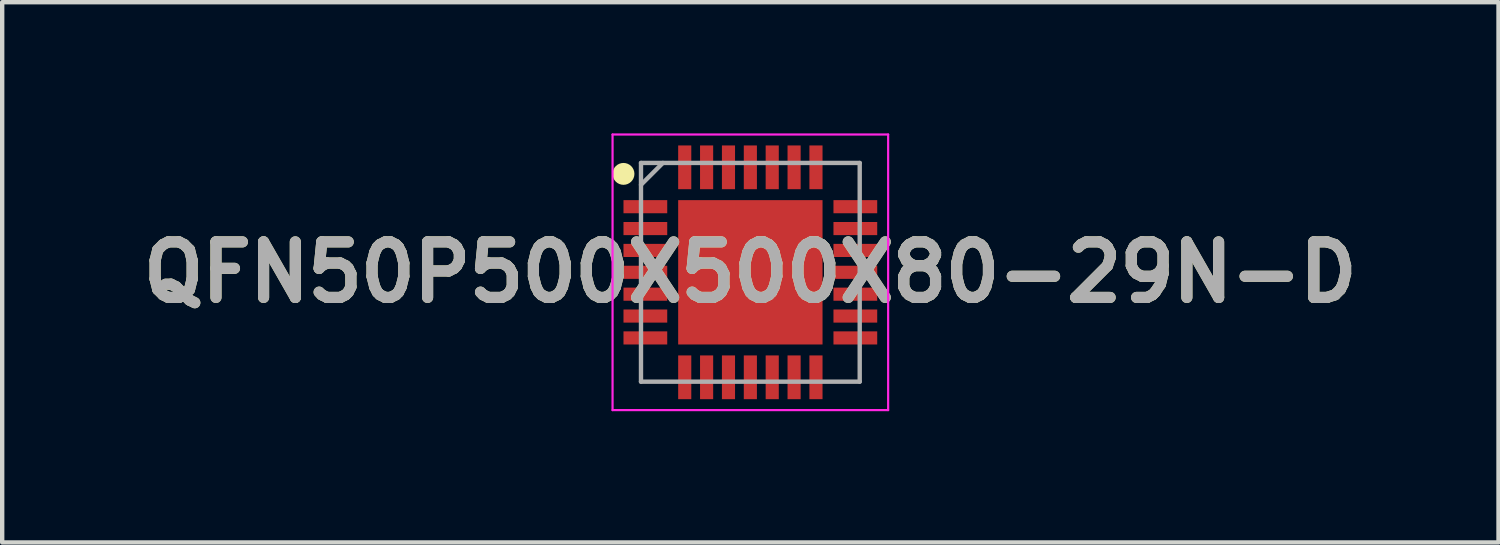
<source format=kicad_pcb>
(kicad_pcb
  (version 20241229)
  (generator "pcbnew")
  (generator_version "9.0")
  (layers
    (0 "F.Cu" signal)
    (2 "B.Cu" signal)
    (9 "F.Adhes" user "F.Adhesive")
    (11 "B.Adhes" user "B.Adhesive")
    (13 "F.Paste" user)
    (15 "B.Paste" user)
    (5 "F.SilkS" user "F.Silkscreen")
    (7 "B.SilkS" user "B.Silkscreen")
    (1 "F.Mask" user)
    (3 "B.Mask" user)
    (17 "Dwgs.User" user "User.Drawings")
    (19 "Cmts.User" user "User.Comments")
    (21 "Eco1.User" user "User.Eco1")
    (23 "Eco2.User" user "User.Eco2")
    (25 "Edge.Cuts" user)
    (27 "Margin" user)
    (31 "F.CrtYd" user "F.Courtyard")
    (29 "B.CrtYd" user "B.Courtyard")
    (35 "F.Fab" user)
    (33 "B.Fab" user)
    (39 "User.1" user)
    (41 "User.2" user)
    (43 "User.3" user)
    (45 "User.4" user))
  (footprint "QFN50P500X500X80-29N-D"
    (layer "F.Cu")
    (at 14.103 3.175)
    (property "Reference" "QFN50P500X500X80-29N-D" (at 0 0 0) (layer "F.SilkS") (effects (font (size 1.27 1.27) (thickness 0.254))))
    (attr smd)
    (fp_circle (center -2.9 -2.25) (end -2.9 -2.125) (stroke (width 0.25) (type solid)) (fill no) (layer "F.SilkS"))
    (fp_line (start -3.15 -3.15) (end 3.15 -3.15) (stroke (width 0.05) (type solid)) (layer "F.CrtYd"))
    (fp_line (start -3.15 3.15) (end -3.15 -3.15) (stroke (width 0.05) (type solid)) (layer "F.CrtYd"))
    (fp_line (start 3.15 -3.15) (end 3.15 3.15) (stroke (width 0.05) (type solid)) (layer "F.CrtYd"))
    (fp_line (start 3.15 3.15) (end -3.15 3.15) (stroke (width 0.05) (type solid)) (layer "F.CrtYd"))
    (fp_line (start -2.5 -2.5) (end 2.5 -2.5) (stroke (width 0.1) (type solid)) (layer "F.Fab"))
    (fp_line (start -2.5 -2) (end -2 -2.5) (stroke (width 0.1) (type solid)) (layer "F.Fab"))
    (fp_line (start -2.5 2.5) (end -2.5 -2.5) (stroke (width 0.1) (type solid)) (layer "F.Fab"))
    (fp_line (start 2.5 -2.5) (end 2.5 2.5) (stroke (width 0.1) (type solid)) (layer "F.Fab"))
    (fp_line (start 2.5 2.5) (end -2.5 2.5) (stroke (width 0.1) (type solid)) (layer "F.Fab"))
    (fp_text user "${REFERENCE}" (at 0 0 0) (layer "F.Fab") (effects (font (size 1.27 1.27) (thickness 0.254))))
    (pad "1" smd rect (at -2.4 -1.5 90) (size 0.3 1) (layers "F.Cu" "F.Mask" "F.Paste"))
    (pad "2" smd rect (at -2.4 -1 90) (size 0.3 1) (layers "F.Cu" "F.Mask" "F.Paste"))
    (pad "3" smd rect (at -2.4 -0.5 90) (size 0.3 1) (layers "F.Cu" "F.Mask" "F.Paste"))
    (pad "4" smd rect (at -2.4 0 90) (size 0.3 1) (layers "F.Cu" "F.Mask" "F.Paste"))
    (pad "5" smd rect (at -2.4 0.5 90) (size 0.3 1) (layers "F.Cu" "F.Mask" "F.Paste"))
    (pad "6" smd rect (at -2.4 1 90) (size 0.3 1) (layers "F.Cu" "F.Mask" "F.Paste"))
    (pad "7" smd rect (at -2.4 1.5 90) (size 0.3 1) (layers "F.Cu" "F.Mask" "F.Paste"))
    (pad "8" smd rect (at -1.5 2.4) (size 0.3 1) (layers "F.Cu" "F.Mask" "F.Paste"))
    (pad "9" smd rect (at -1 2.4) (size 0.3 1) (layers "F.Cu" "F.Mask" "F.Paste"))
    (pad "10" smd rect (at -0.5 2.4) (size 0.3 1) (layers "F.Cu" "F.Mask" "F.Paste"))
    (pad "11" smd rect (at 0 2.4) (size 0.3 1) (layers "F.Cu" "F.Mask" "F.Paste"))
    (pad "12" smd rect (at 0.5 2.4) (size 0.3 1) (layers "F.Cu" "F.Mask" "F.Paste"))
    (pad "13" smd rect (at 1 2.4) (size 0.3 1) (layers "F.Cu" "F.Mask" "F.Paste"))
    (pad "14" smd rect (at 1.5 2.4) (size 0.3 1) (layers "F.Cu" "F.Mask" "F.Paste"))
    (pad "15" smd rect (at 2.4 1.5 90) (size 0.3 1) (layers "F.Cu" "F.Mask" "F.Paste"))
    (pad "16" smd rect (at 2.4 1 90) (size 0.3 1) (layers "F.Cu" "F.Mask" "F.Paste"))
    (pad "17" smd rect (at 2.4 0.5 90) (size 0.3 1) (layers "F.Cu" "F.Mask" "F.Paste"))
    (pad "18" smd rect (at 2.4 0 90) (size 0.3 1) (layers "F.Cu" "F.Mask" "F.Paste"))
    (pad "19" smd rect (at 2.4 -0.5 90) (size 0.3 1) (layers "F.Cu" "F.Mask" "F.Paste"))
    (pad "20" smd rect (at 2.4 -1 90) (size 0.3 1) (layers "F.Cu" "F.Mask" "F.Paste"))
    (pad "21" smd rect (at 2.4 -1.5 90) (size 0.3 1) (layers "F.Cu" "F.Mask" "F.Paste"))
    (pad "22" smd rect (at 1.5 -2.4) (size 0.3 1) (layers "F.Cu" "F.Mask" "F.Paste"))
    (pad "23" smd rect (at 1 -2.4) (size 0.3 1) (layers "F.Cu" "F.Mask" "F.Paste"))
    (pad "24" smd rect (at 0.5 -2.4) (size 0.3 1) (layers "F.Cu" "F.Mask" "F.Paste"))
    (pad "25" smd rect (at 0 -2.4) (size 0.3 1) (layers "F.Cu" "F.Mask" "F.Paste"))
    (pad "26" smd rect (at -0.5 -2.4) (size 0.3 1) (layers "F.Cu" "F.Mask" "F.Paste"))
    (pad "27" smd rect (at -1 -2.4) (size 0.3 1) (layers "F.Cu" "F.Mask" "F.Paste"))
    (pad "28" smd rect (at -1.5 -2.4) (size 0.3 1) (layers "F.Cu" "F.Mask" "F.Paste"))
    (pad "29" smd rect (at 0 0) (size 3.3 3.3) (layers "F.Cu" "F.Mask" "F.Paste")))
  (gr_rect
    (start -3 -3)
    (end 31.206 9.35)
    (stroke (width 0.1) (type default))
    (fill no)
    (layer "Edge.Cuts")))
</source>
